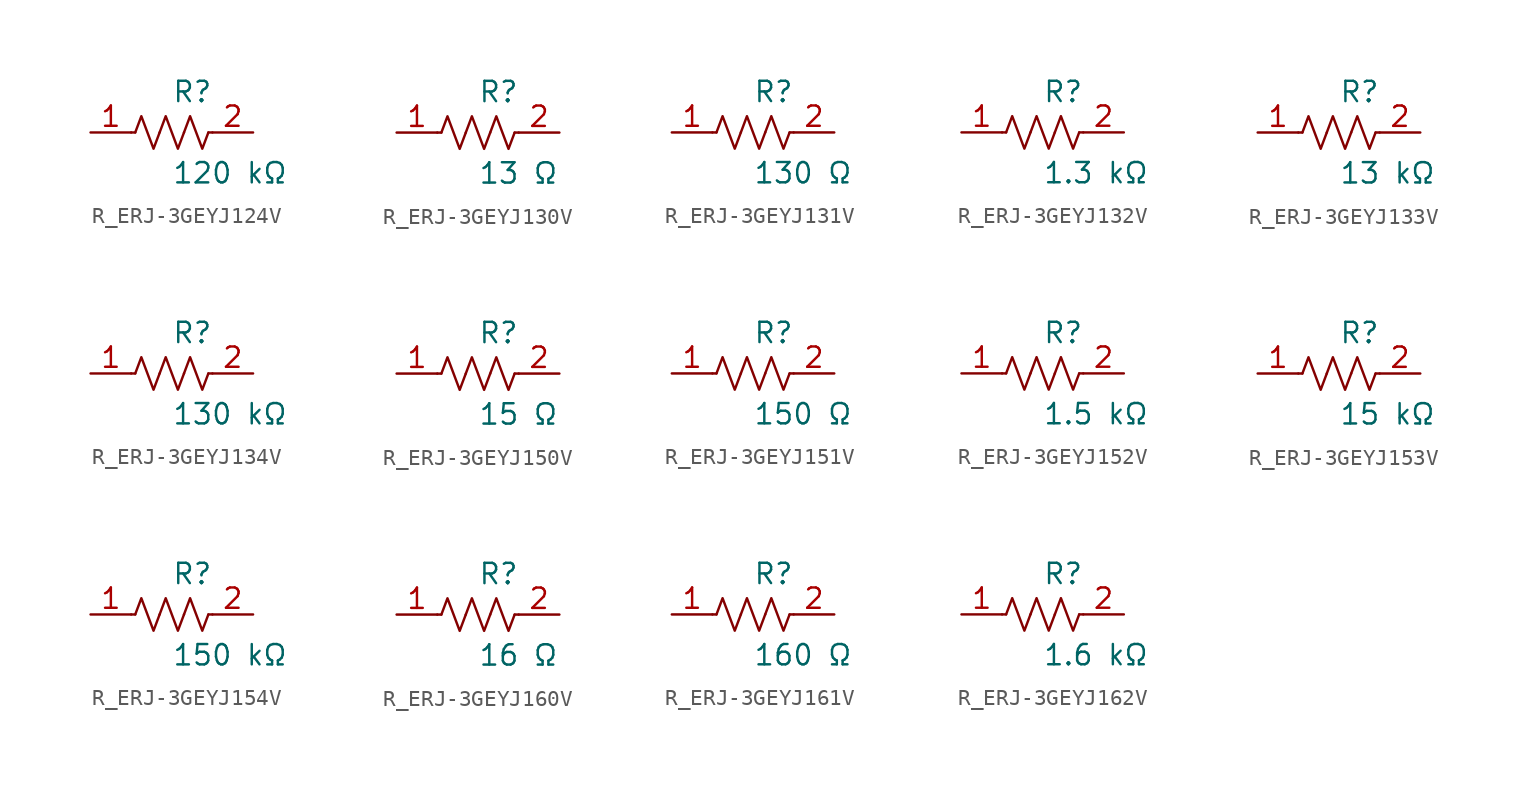
<source format=kicad_sym>
(kicad_symbol_lib
  (version 20231120)
  (generator kicad_symbol_editor)
  (generator_version 8.0)
  (symbol "R_ERJ-3GEYJ124V"
    (pin_names
      (offset 0.254))
    (property "Reference" "R"
      (at 0 2.54 0)
      (effects (font (size 1.27 1.27)) (justify left)))
    (property "Value" "120 kΩ"
      (at 0 -2.54 0)
      (effects (font (size 1.27 1.27)) (justify left)))
    (symbol "R_ERJ-3GEYJ124V_0_1"
      (polyline (pts (xy 2.286 0) (xy 2.54 0)) (stroke (width 0) (type default)) (fill (type none)))
      (polyline (pts (xy -2.286 0) (xy -2.54 0)) (stroke (width 0) (type default)) (fill (type none)))
      (polyline (pts (xy 0.762 0) (xy 1.143 1.016) (xy 1.524 0) (xy 1.905 -1.016) (xy 2.286 0)) (stroke (width 0) (type default)) (fill (type none)))
      (polyline (pts (xy -0.762 0) (xy -0.381 1.016) (xy 0 0) (xy 0.381 -1.016) (xy 0.762 0)) (stroke (width 0) (type default)) (fill (type none)))
      (polyline (pts (xy -2.286 0) (xy -1.905 1.016) (xy -1.524 0) (xy -1.143 -1.016) (xy -0.762 0)) (stroke (width 0) (type default)) (fill (type none))))
    (pin passive line
      (at -5.08 0 0)
      (length 2.54)
      (name "" (effects (font (size 1.27 1.27))))
      (number "1" (effects (font (size 1.27 1.27)))))
    (pin passive line
      (at 5.08 0 180)
      (length 2.54)
      (name "" (effects (font (size 1.27 1.27))))
      (number "2" (effects (font (size 1.27 1.27))))))
  (symbol "R_ERJ-3GEYJ130V"
    (pin_names
      (offset 0.254))
    (property "Reference" "R"
      (at 0 2.54 0)
      (effects (font (size 1.27 1.27)) (justify left)))
    (property "Value" "13 Ω"
      (at 0 -2.54 0)
      (effects (font (size 1.27 1.27)) (justify left)))
    (symbol "R_ERJ-3GEYJ130V_0_1"
      (polyline (pts (xy 2.286 0) (xy 2.54 0)) (stroke (width 0) (type default)) (fill (type none)))
      (polyline (pts (xy -2.286 0) (xy -2.54 0)) (stroke (width 0) (type default)) (fill (type none)))
      (polyline (pts (xy 0.762 0) (xy 1.143 1.016) (xy 1.524 0) (xy 1.905 -1.016) (xy 2.286 0)) (stroke (width 0) (type default)) (fill (type none)))
      (polyline (pts (xy -0.762 0) (xy -0.381 1.016) (xy 0 0) (xy 0.381 -1.016) (xy 0.762 0)) (stroke (width 0) (type default)) (fill (type none)))
      (polyline (pts (xy -2.286 0) (xy -1.905 1.016) (xy -1.524 0) (xy -1.143 -1.016) (xy -0.762 0)) (stroke (width 0) (type default)) (fill (type none))))
    (pin passive line
      (at -5.08 0 0)
      (length 2.54)
      (name "" (effects (font (size 1.27 1.27))))
      (number "1" (effects (font (size 1.27 1.27)))))
    (pin passive line
      (at 5.08 0 180)
      (length 2.54)
      (name "" (effects (font (size 1.27 1.27))))
      (number "2" (effects (font (size 1.27 1.27))))))
  (symbol "R_ERJ-3GEYJ131V"
    (pin_names
      (offset 0.254))
    (property "Reference" "R"
      (at 0 2.54 0)
      (effects (font (size 1.27 1.27)) (justify left)))
    (property "Value" "130 Ω"
      (at 0 -2.54 0)
      (effects (font (size 1.27 1.27)) (justify left)))
    (symbol "R_ERJ-3GEYJ131V_0_1"
      (polyline (pts (xy 2.286 0) (xy 2.54 0)) (stroke (width 0) (type default)) (fill (type none)))
      (polyline (pts (xy -2.286 0) (xy -2.54 0)) (stroke (width 0) (type default)) (fill (type none)))
      (polyline (pts (xy 0.762 0) (xy 1.143 1.016) (xy 1.524 0) (xy 1.905 -1.016) (xy 2.286 0)) (stroke (width 0) (type default)) (fill (type none)))
      (polyline (pts (xy -0.762 0) (xy -0.381 1.016) (xy 0 0) (xy 0.381 -1.016) (xy 0.762 0)) (stroke (width 0) (type default)) (fill (type none)))
      (polyline (pts (xy -2.286 0) (xy -1.905 1.016) (xy -1.524 0) (xy -1.143 -1.016) (xy -0.762 0)) (stroke (width 0) (type default)) (fill (type none))))
    (pin passive line
      (at -5.08 0 0)
      (length 2.54)
      (name "" (effects (font (size 1.27 1.27))))
      (number "1" (effects (font (size 1.27 1.27)))))
    (pin passive line
      (at 5.08 0 180)
      (length 2.54)
      (name "" (effects (font (size 1.27 1.27))))
      (number "2" (effects (font (size 1.27 1.27))))))
  (symbol "R_ERJ-3GEYJ132V"
    (pin_names
      (offset 0.254))
    (property "Reference" "R"
      (at 0 2.54 0)
      (effects (font (size 1.27 1.27)) (justify left)))
    (property "Value" "1.3 kΩ"
      (at 0 -2.54 0)
      (effects (font (size 1.27 1.27)) (justify left)))
    (symbol "R_ERJ-3GEYJ132V_0_1"
      (polyline (pts (xy 2.286 0) (xy 2.54 0)) (stroke (width 0) (type default)) (fill (type none)))
      (polyline (pts (xy -2.286 0) (xy -2.54 0)) (stroke (width 0) (type default)) (fill (type none)))
      (polyline (pts (xy 0.762 0) (xy 1.143 1.016) (xy 1.524 0) (xy 1.905 -1.016) (xy 2.286 0)) (stroke (width 0) (type default)) (fill (type none)))
      (polyline (pts (xy -0.762 0) (xy -0.381 1.016) (xy 0 0) (xy 0.381 -1.016) (xy 0.762 0)) (stroke (width 0) (type default)) (fill (type none)))
      (polyline (pts (xy -2.286 0) (xy -1.905 1.016) (xy -1.524 0) (xy -1.143 -1.016) (xy -0.762 0)) (stroke (width 0) (type default)) (fill (type none))))
    (pin passive line
      (at -5.08 0 0)
      (length 2.54)
      (name "" (effects (font (size 1.27 1.27))))
      (number "1" (effects (font (size 1.27 1.27)))))
    (pin passive line
      (at 5.08 0 180)
      (length 2.54)
      (name "" (effects (font (size 1.27 1.27))))
      (number "2" (effects (font (size 1.27 1.27))))))
  (symbol "R_ERJ-3GEYJ133V"
    (pin_names
      (offset 0.254))
    (property "Reference" "R"
      (at 0 2.54 0)
      (effects (font (size 1.27 1.27)) (justify left)))
    (property "Value" "13 kΩ"
      (at 0 -2.54 0)
      (effects (font (size 1.27 1.27)) (justify left)))
    (symbol "R_ERJ-3GEYJ133V_0_1"
      (polyline (pts (xy 2.286 0) (xy 2.54 0)) (stroke (width 0) (type default)) (fill (type none)))
      (polyline (pts (xy -2.286 0) (xy -2.54 0)) (stroke (width 0) (type default)) (fill (type none)))
      (polyline (pts (xy 0.762 0) (xy 1.143 1.016) (xy 1.524 0) (xy 1.905 -1.016) (xy 2.286 0)) (stroke (width 0) (type default)) (fill (type none)))
      (polyline (pts (xy -0.762 0) (xy -0.381 1.016) (xy 0 0) (xy 0.381 -1.016) (xy 0.762 0)) (stroke (width 0) (type default)) (fill (type none)))
      (polyline (pts (xy -2.286 0) (xy -1.905 1.016) (xy -1.524 0) (xy -1.143 -1.016) (xy -0.762 0)) (stroke (width 0) (type default)) (fill (type none))))
    (pin passive line
      (at -5.08 0 0)
      (length 2.54)
      (name "" (effects (font (size 1.27 1.27))))
      (number "1" (effects (font (size 1.27 1.27)))))
    (pin passive line
      (at 5.08 0 180)
      (length 2.54)
      (name "" (effects (font (size 1.27 1.27))))
      (number "2" (effects (font (size 1.27 1.27))))))
  (symbol "R_ERJ-3GEYJ134V"
    (pin_names
      (offset 0.254))
    (property "Reference" "R"
      (at 0 2.54 0)
      (effects (font (size 1.27 1.27)) (justify left)))
    (property "Value" "130 kΩ"
      (at 0 -2.54 0)
      (effects (font (size 1.27 1.27)) (justify left)))
    (symbol "R_ERJ-3GEYJ134V_0_1"
      (polyline (pts (xy 2.286 0) (xy 2.54 0)) (stroke (width 0) (type default)) (fill (type none)))
      (polyline (pts (xy -2.286 0) (xy -2.54 0)) (stroke (width 0) (type default)) (fill (type none)))
      (polyline (pts (xy 0.762 0) (xy 1.143 1.016) (xy 1.524 0) (xy 1.905 -1.016) (xy 2.286 0)) (stroke (width 0) (type default)) (fill (type none)))
      (polyline (pts (xy -0.762 0) (xy -0.381 1.016) (xy 0 0) (xy 0.381 -1.016) (xy 0.762 0)) (stroke (width 0) (type default)) (fill (type none)))
      (polyline (pts (xy -2.286 0) (xy -1.905 1.016) (xy -1.524 0) (xy -1.143 -1.016) (xy -0.762 0)) (stroke (width 0) (type default)) (fill (type none))))
    (pin passive line
      (at -5.08 0 0)
      (length 2.54)
      (name "" (effects (font (size 1.27 1.27))))
      (number "1" (effects (font (size 1.27 1.27)))))
    (pin passive line
      (at 5.08 0 180)
      (length 2.54)
      (name "" (effects (font (size 1.27 1.27))))
      (number "2" (effects (font (size 1.27 1.27))))))
  (symbol "R_ERJ-3GEYJ150V"
    (pin_names
      (offset 0.254))
    (property "Reference" "R"
      (at 0 2.54 0)
      (effects (font (size 1.27 1.27)) (justify left)))
    (property "Value" "15 Ω"
      (at 0 -2.54 0)
      (effects (font (size 1.27 1.27)) (justify left)))
    (symbol "R_ERJ-3GEYJ150V_0_1"
      (polyline (pts (xy 2.286 0) (xy 2.54 0)) (stroke (width 0) (type default)) (fill (type none)))
      (polyline (pts (xy -2.286 0) (xy -2.54 0)) (stroke (width 0) (type default)) (fill (type none)))
      (polyline (pts (xy 0.762 0) (xy 1.143 1.016) (xy 1.524 0) (xy 1.905 -1.016) (xy 2.286 0)) (stroke (width 0) (type default)) (fill (type none)))
      (polyline (pts (xy -0.762 0) (xy -0.381 1.016) (xy 0 0) (xy 0.381 -1.016) (xy 0.762 0)) (stroke (width 0) (type default)) (fill (type none)))
      (polyline (pts (xy -2.286 0) (xy -1.905 1.016) (xy -1.524 0) (xy -1.143 -1.016) (xy -0.762 0)) (stroke (width 0) (type default)) (fill (type none))))
    (pin passive line
      (at -5.08 0 0)
      (length 2.54)
      (name "" (effects (font (size 1.27 1.27))))
      (number "1" (effects (font (size 1.27 1.27)))))
    (pin passive line
      (at 5.08 0 180)
      (length 2.54)
      (name "" (effects (font (size 1.27 1.27))))
      (number "2" (effects (font (size 1.27 1.27))))))
  (symbol "R_ERJ-3GEYJ151V"
    (pin_names
      (offset 0.254))
    (property "Reference" "R"
      (at 0 2.54 0)
      (effects (font (size 1.27 1.27)) (justify left)))
    (property "Value" "150 Ω"
      (at 0 -2.54 0)
      (effects (font (size 1.27 1.27)) (justify left)))
    (symbol "R_ERJ-3GEYJ151V_0_1"
      (polyline (pts (xy 2.286 0) (xy 2.54 0)) (stroke (width 0) (type default)) (fill (type none)))
      (polyline (pts (xy -2.286 0) (xy -2.54 0)) (stroke (width 0) (type default)) (fill (type none)))
      (polyline (pts (xy 0.762 0) (xy 1.143 1.016) (xy 1.524 0) (xy 1.905 -1.016) (xy 2.286 0)) (stroke (width 0) (type default)) (fill (type none)))
      (polyline (pts (xy -0.762 0) (xy -0.381 1.016) (xy 0 0) (xy 0.381 -1.016) (xy 0.762 0)) (stroke (width 0) (type default)) (fill (type none)))
      (polyline (pts (xy -2.286 0) (xy -1.905 1.016) (xy -1.524 0) (xy -1.143 -1.016) (xy -0.762 0)) (stroke (width 0) (type default)) (fill (type none))))
    (pin passive line
      (at -5.08 0 0)
      (length 2.54)
      (name "" (effects (font (size 1.27 1.27))))
      (number "1" (effects (font (size 1.27 1.27)))))
    (pin passive line
      (at 5.08 0 180)
      (length 2.54)
      (name "" (effects (font (size 1.27 1.27))))
      (number "2" (effects (font (size 1.27 1.27))))))
  (symbol "R_ERJ-3GEYJ152V"
    (pin_names
      (offset 0.254))
    (property "Reference" "R"
      (at 0 2.54 0)
      (effects (font (size 1.27 1.27)) (justify left)))
    (property "Value" "1.5 kΩ"
      (at 0 -2.54 0)
      (effects (font (size 1.27 1.27)) (justify left)))
    (symbol "R_ERJ-3GEYJ152V_0_1"
      (polyline (pts (xy 2.286 0) (xy 2.54 0)) (stroke (width 0) (type default)) (fill (type none)))
      (polyline (pts (xy -2.286 0) (xy -2.54 0)) (stroke (width 0) (type default)) (fill (type none)))
      (polyline (pts (xy 0.762 0) (xy 1.143 1.016) (xy 1.524 0) (xy 1.905 -1.016) (xy 2.286 0)) (stroke (width 0) (type default)) (fill (type none)))
      (polyline (pts (xy -0.762 0) (xy -0.381 1.016) (xy 0 0) (xy 0.381 -1.016) (xy 0.762 0)) (stroke (width 0) (type default)) (fill (type none)))
      (polyline (pts (xy -2.286 0) (xy -1.905 1.016) (xy -1.524 0) (xy -1.143 -1.016) (xy -0.762 0)) (stroke (width 0) (type default)) (fill (type none))))
    (pin passive line
      (at -5.08 0 0)
      (length 2.54)
      (name "" (effects (font (size 1.27 1.27))))
      (number "1" (effects (font (size 1.27 1.27)))))
    (pin passive line
      (at 5.08 0 180)
      (length 2.54)
      (name "" (effects (font (size 1.27 1.27))))
      (number "2" (effects (font (size 1.27 1.27))))))
  (symbol "R_ERJ-3GEYJ153V"
    (pin_names
      (offset 0.254))
    (property "Reference" "R"
      (at 0 2.54 0)
      (effects (font (size 1.27 1.27)) (justify left)))
    (property "Value" "15 kΩ"
      (at 0 -2.54 0)
      (effects (font (size 1.27 1.27)) (justify left)))
    (symbol "R_ERJ-3GEYJ153V_0_1"
      (polyline (pts (xy 2.286 0) (xy 2.54 0)) (stroke (width 0) (type default)) (fill (type none)))
      (polyline (pts (xy -2.286 0) (xy -2.54 0)) (stroke (width 0) (type default)) (fill (type none)))
      (polyline (pts (xy 0.762 0) (xy 1.143 1.016) (xy 1.524 0) (xy 1.905 -1.016) (xy 2.286 0)) (stroke (width 0) (type default)) (fill (type none)))
      (polyline (pts (xy -0.762 0) (xy -0.381 1.016) (xy 0 0) (xy 0.381 -1.016) (xy 0.762 0)) (stroke (width 0) (type default)) (fill (type none)))
      (polyline (pts (xy -2.286 0) (xy -1.905 1.016) (xy -1.524 0) (xy -1.143 -1.016) (xy -0.762 0)) (stroke (width 0) (type default)) (fill (type none))))
    (pin passive line
      (at -5.08 0 0)
      (length 2.54)
      (name "" (effects (font (size 1.27 1.27))))
      (number "1" (effects (font (size 1.27 1.27)))))
    (pin passive line
      (at 5.08 0 180)
      (length 2.54)
      (name "" (effects (font (size 1.27 1.27))))
      (number "2" (effects (font (size 1.27 1.27))))))
  (symbol "R_ERJ-3GEYJ154V"
    (pin_names
      (offset 0.254))
    (property "Reference" "R"
      (at 0 2.54 0)
      (effects (font (size 1.27 1.27)) (justify left)))
    (property "Value" "150 kΩ"
      (at 0 -2.54 0)
      (effects (font (size 1.27 1.27)) (justify left)))
    (symbol "R_ERJ-3GEYJ154V_0_1"
      (polyline (pts (xy 2.286 0) (xy 2.54 0)) (stroke (width 0) (type default)) (fill (type none)))
      (polyline (pts (xy -2.286 0) (xy -2.54 0)) (stroke (width 0) (type default)) (fill (type none)))
      (polyline (pts (xy 0.762 0) (xy 1.143 1.016) (xy 1.524 0) (xy 1.905 -1.016) (xy 2.286 0)) (stroke (width 0) (type default)) (fill (type none)))
      (polyline (pts (xy -0.762 0) (xy -0.381 1.016) (xy 0 0) (xy 0.381 -1.016) (xy 0.762 0)) (stroke (width 0) (type default)) (fill (type none)))
      (polyline (pts (xy -2.286 0) (xy -1.905 1.016) (xy -1.524 0) (xy -1.143 -1.016) (xy -0.762 0)) (stroke (width 0) (type default)) (fill (type none))))
    (pin passive line
      (at -5.08 0 0)
      (length 2.54)
      (name "" (effects (font (size 1.27 1.27))))
      (number "1" (effects (font (size 1.27 1.27)))))
    (pin passive line
      (at 5.08 0 180)
      (length 2.54)
      (name "" (effects (font (size 1.27 1.27))))
      (number "2" (effects (font (size 1.27 1.27))))))
  (symbol "R_ERJ-3GEYJ160V"
    (pin_names
      (offset 0.254))
    (property "Reference" "R"
      (at 0 2.54 0)
      (effects (font (size 1.27 1.27)) (justify left)))
    (property "Value" "16 Ω"
      (at 0 -2.54 0)
      (effects (font (size 1.27 1.27)) (justify left)))
    (symbol "R_ERJ-3GEYJ160V_0_1"
      (polyline (pts (xy 2.286 0) (xy 2.54 0)) (stroke (width 0) (type default)) (fill (type none)))
      (polyline (pts (xy -2.286 0) (xy -2.54 0)) (stroke (width 0) (type default)) (fill (type none)))
      (polyline (pts (xy 0.762 0) (xy 1.143 1.016) (xy 1.524 0) (xy 1.905 -1.016) (xy 2.286 0)) (stroke (width 0) (type default)) (fill (type none)))
      (polyline (pts (xy -0.762 0) (xy -0.381 1.016) (xy 0 0) (xy 0.381 -1.016) (xy 0.762 0)) (stroke (width 0) (type default)) (fill (type none)))
      (polyline (pts (xy -2.286 0) (xy -1.905 1.016) (xy -1.524 0) (xy -1.143 -1.016) (xy -0.762 0)) (stroke (width 0) (type default)) (fill (type none))))
    (pin passive line
      (at -5.08 0 0)
      (length 2.54)
      (name "" (effects (font (size 1.27 1.27))))
      (number "1" (effects (font (size 1.27 1.27)))))
    (pin passive line
      (at 5.08 0 180)
      (length 2.54)
      (name "" (effects (font (size 1.27 1.27))))
      (number "2" (effects (font (size 1.27 1.27))))))
  (symbol "R_ERJ-3GEYJ161V"
    (pin_names
      (offset 0.254))
    (property "Reference" "R"
      (at 0 2.54 0)
      (effects (font (size 1.27 1.27)) (justify left)))
    (property "Value" "160 Ω"
      (at 0 -2.54 0)
      (effects (font (size 1.27 1.27)) (justify left)))
    (symbol "R_ERJ-3GEYJ161V_0_1"
      (polyline (pts (xy 2.286 0) (xy 2.54 0)) (stroke (width 0) (type default)) (fill (type none)))
      (polyline (pts (xy -2.286 0) (xy -2.54 0)) (stroke (width 0) (type default)) (fill (type none)))
      (polyline (pts (xy 0.762 0) (xy 1.143 1.016) (xy 1.524 0) (xy 1.905 -1.016) (xy 2.286 0)) (stroke (width 0) (type default)) (fill (type none)))
      (polyline (pts (xy -0.762 0) (xy -0.381 1.016) (xy 0 0) (xy 0.381 -1.016) (xy 0.762 0)) (stroke (width 0) (type default)) (fill (type none)))
      (polyline (pts (xy -2.286 0) (xy -1.905 1.016) (xy -1.524 0) (xy -1.143 -1.016) (xy -0.762 0)) (stroke (width 0) (type default)) (fill (type none))))
    (pin passive line
      (at -5.08 0 0)
      (length 2.54)
      (name "" (effects (font (size 1.27 1.27))))
      (number "1" (effects (font (size 1.27 1.27)))))
    (pin passive line
      (at 5.08 0 180)
      (length 2.54)
      (name "" (effects (font (size 1.27 1.27))))
      (number "2" (effects (font (size 1.27 1.27))))))
  (symbol "R_ERJ-3GEYJ162V"
    (pin_names
      (offset 0.254))
    (property "Reference" "R"
      (at 0 2.54 0)
      (effects (font (size 1.27 1.27)) (justify left)))
    (property "Value" "1.6 kΩ"
      (at 0 -2.54 0)
      (effects (font (size 1.27 1.27)) (justify left)))
    (symbol "R_ERJ-3GEYJ162V_0_1"
      (polyline (pts (xy 2.286 0) (xy 2.54 0)) (stroke (width 0) (type default)) (fill (type none)))
      (polyline (pts (xy -2.286 0) (xy -2.54 0)) (stroke (width 0) (type default)) (fill (type none)))
      (polyline (pts (xy 0.762 0) (xy 1.143 1.016) (xy 1.524 0) (xy 1.905 -1.016) (xy 2.286 0)) (stroke (width 0) (type default)) (fill (type none)))
      (polyline (pts (xy -0.762 0) (xy -0.381 1.016) (xy 0 0) (xy 0.381 -1.016) (xy 0.762 0)) (stroke (width 0) (type default)) (fill (type none)))
      (polyline (pts (xy -2.286 0) (xy -1.905 1.016) (xy -1.524 0) (xy -1.143 -1.016) (xy -0.762 0)) (stroke (width 0) (type default)) (fill (type none))))
    (pin passive line
      (at -5.08 0 0)
      (length 2.54)
      (name "" (effects (font (size 1.27 1.27))))
      (number "1" (effects (font (size 1.27 1.27)))))
    (pin passive line
      (at 5.08 0 180)
      (length 2.54)
      (name "" (effects (font (size 1.27 1.27))))
      (number "2" (effects (font (size 1.27 1.27)))))))
</source>
